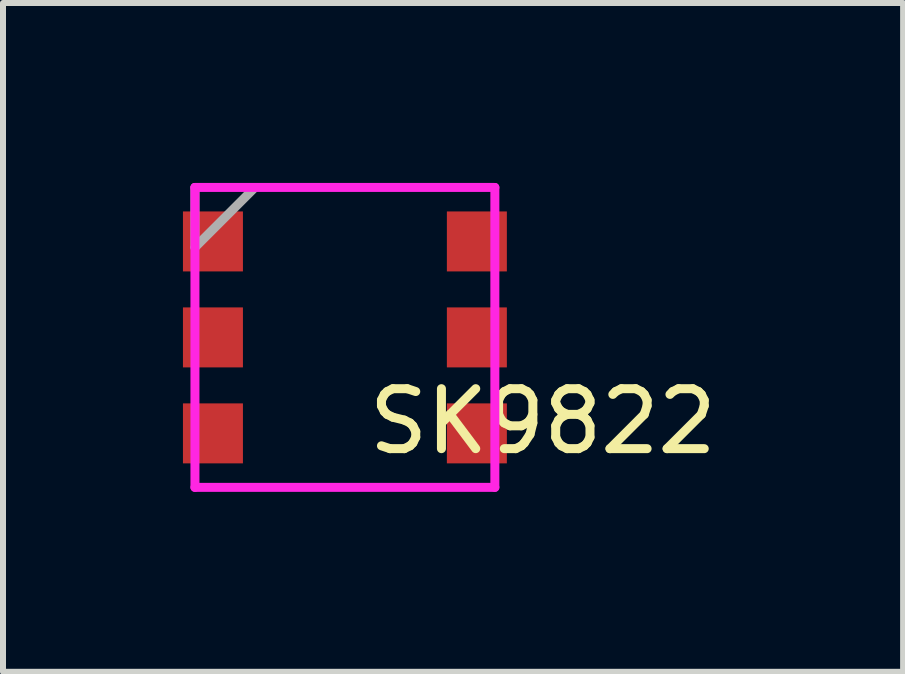
<source format=kicad_pcb>
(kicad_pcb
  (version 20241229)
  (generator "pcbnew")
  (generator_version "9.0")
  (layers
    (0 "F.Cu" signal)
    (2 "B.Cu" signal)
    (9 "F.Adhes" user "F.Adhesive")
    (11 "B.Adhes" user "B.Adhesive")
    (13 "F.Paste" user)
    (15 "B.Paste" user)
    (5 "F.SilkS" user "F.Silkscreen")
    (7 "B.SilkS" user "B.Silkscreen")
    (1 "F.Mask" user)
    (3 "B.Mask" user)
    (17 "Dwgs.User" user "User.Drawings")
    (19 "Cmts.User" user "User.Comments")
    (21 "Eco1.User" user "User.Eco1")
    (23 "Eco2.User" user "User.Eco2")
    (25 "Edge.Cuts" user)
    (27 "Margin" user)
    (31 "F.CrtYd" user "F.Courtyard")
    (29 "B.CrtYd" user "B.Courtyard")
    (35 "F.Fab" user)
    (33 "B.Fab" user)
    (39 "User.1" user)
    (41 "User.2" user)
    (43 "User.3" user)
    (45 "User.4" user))
  (footprint "SK9822"
    (layer "F.Cu")
    (at 6 3.475)
    (property "Reference" "SK9822" (at 0 0.5 0) (layer "F.SilkS") (effects (font (size 1 1) (thickness 0.15))))
    (attr through_hole)
    (fp_line (start -5.8 -3.4) (end -5.8 1.6) (stroke (width 0.15) (type solid)) (layer "F.CrtYd"))
    (fp_line (start -5.8 1.6) (end -0.8 1.6) (stroke (width 0.15) (type solid)) (layer "F.CrtYd"))
    (fp_line (start -0.8 -3.4) (end -5.8 -3.4) (stroke (width 0.15) (type solid)) (layer "F.CrtYd"))
    (fp_line (start -0.8 1.6) (end -0.8 -3.4) (stroke (width 0.15) (type solid)) (layer "F.CrtYd"))
    (fp_line (start -5.8 -3.4) (end -5.8 -2.4) (stroke (width 0.15) (type solid)) (layer "F.Fab"))
    (fp_line (start -5.8 -2.4) (end -4.8 -3.4) (stroke (width 0.15) (type solid)) (layer "F.Fab"))
    (pad "1" smd rect (at -5.5 -2.5) (size 1 1) (layers "F.Cu" "F.Mask" "F.Paste"))
    (pad "2" smd rect (at -5.5 -0.9) (size 1 1) (layers "F.Cu" "F.Mask" "F.Paste"))
    (pad "3" smd rect (at -5.5 0.7) (size 1 1) (layers "F.Cu" "F.Mask" "F.Paste"))
    (pad "4" smd rect (at -1.1 0.7) (size 1 1) (layers "F.Cu" "F.Mask" "F.Paste"))
    (pad "5" smd rect (at -1.1 -0.9) (size 1 1) (layers "F.Cu" "F.Mask" "F.Paste"))
    (pad "6" smd rect (at -1.1 -2.5) (size 1 1) (layers "F.Cu" "F.Mask" "F.Paste")))
  (gr_rect
    (start -3 -3)
    (end 12.006 8.15)
    (stroke (width 0.1) (type default))
    (fill no)
    (layer "Edge.Cuts")))
</source>
